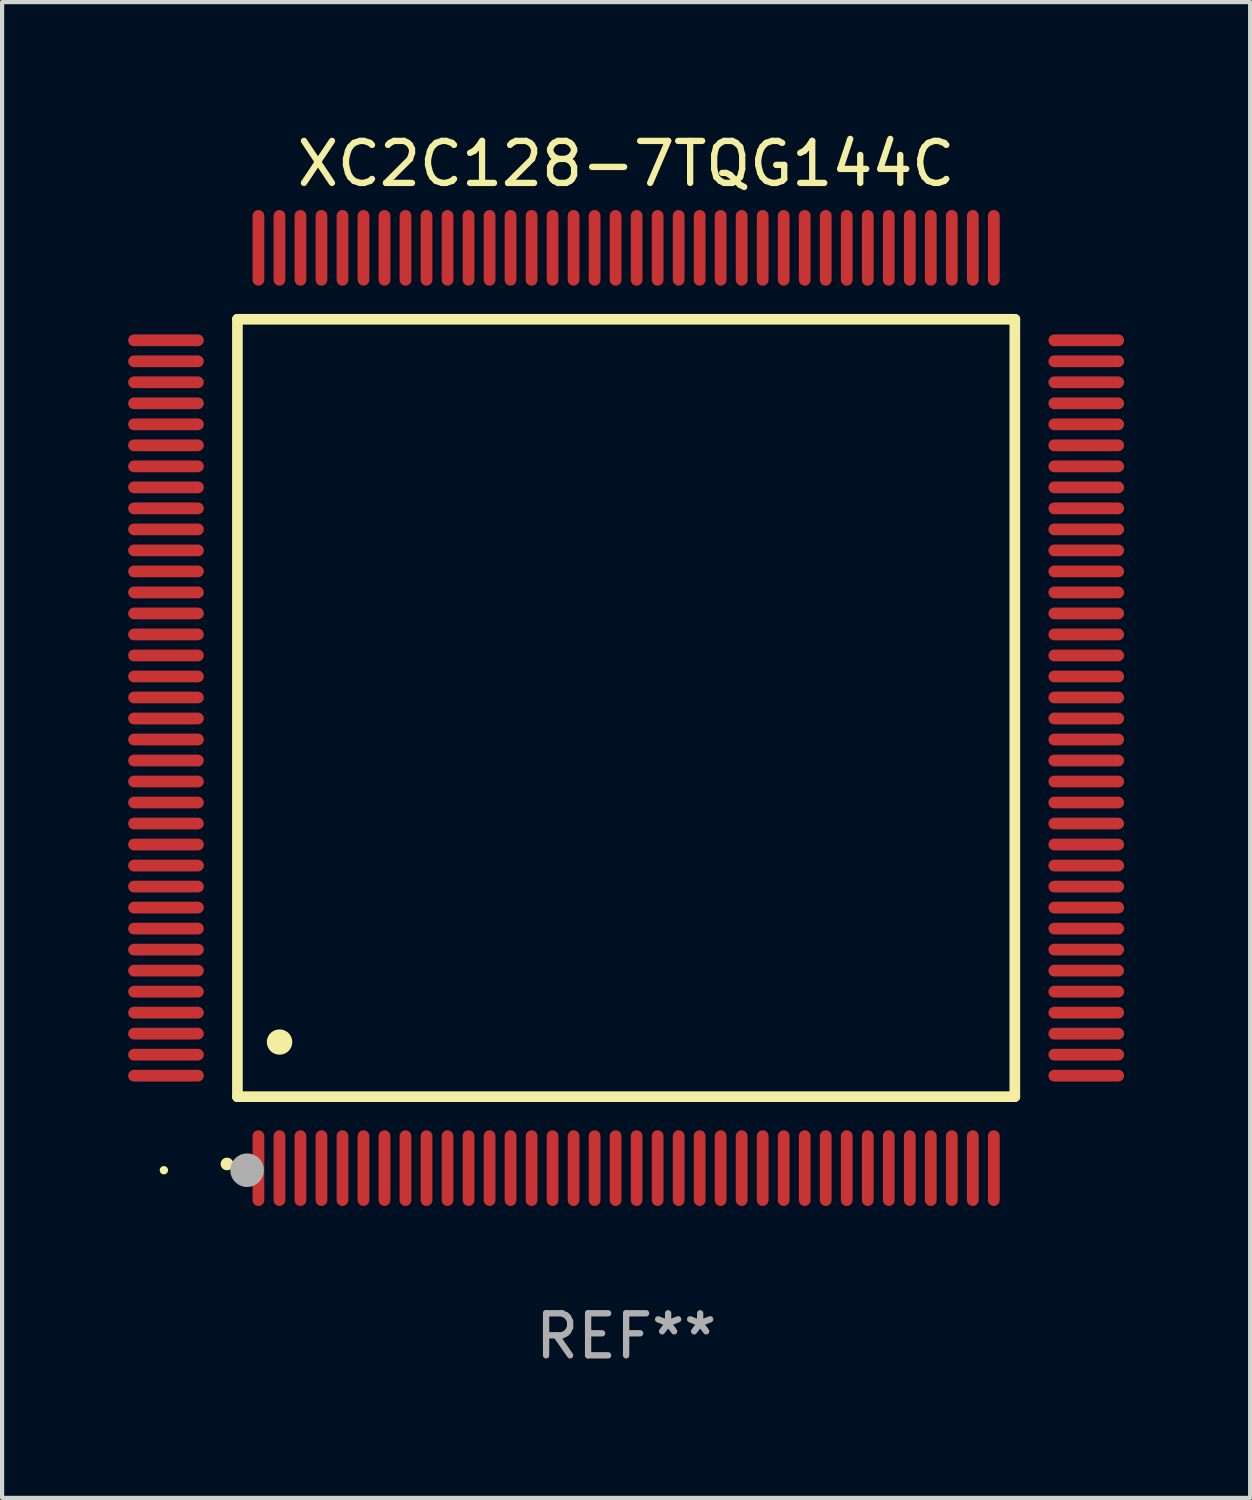
<source format=kicad_pcb>
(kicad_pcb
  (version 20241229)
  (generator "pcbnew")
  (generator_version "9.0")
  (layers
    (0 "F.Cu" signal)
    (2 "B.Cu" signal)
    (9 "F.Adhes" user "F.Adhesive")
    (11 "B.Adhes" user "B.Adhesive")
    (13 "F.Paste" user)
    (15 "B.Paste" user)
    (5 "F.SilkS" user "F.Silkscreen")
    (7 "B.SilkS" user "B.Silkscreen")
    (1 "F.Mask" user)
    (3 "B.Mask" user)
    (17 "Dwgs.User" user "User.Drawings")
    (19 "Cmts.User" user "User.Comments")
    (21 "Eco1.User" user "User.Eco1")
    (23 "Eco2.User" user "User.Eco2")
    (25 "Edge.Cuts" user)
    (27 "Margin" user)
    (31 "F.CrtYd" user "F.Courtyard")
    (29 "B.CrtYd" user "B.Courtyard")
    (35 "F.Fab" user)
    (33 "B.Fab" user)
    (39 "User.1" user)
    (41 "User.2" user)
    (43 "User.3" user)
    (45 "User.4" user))
  (footprint "XC2C128-7TQG144C"
    (layer "F.Cu")
    (at 11.85 13.798)
    (property "Reference" "XC2C128-7TQG144C" (at 0 -12.95 0) (layer "F.SilkS") (effects (font (size 1 1) (thickness 0.15))))
    (attr through_hole)
    (fp_line (start -9.25 -9.25) (end -9.25 9.25) (stroke (width 0.254) (type solid)) (layer "F.SilkS"))
    (fp_line (start -9.25 9.25) (end 9.25 9.25) (stroke (width 0.254) (type solid)) (layer "F.SilkS"))
    (fp_line (start 9.25 -9.25) (end -9.25 -9.25) (stroke (width 0.254) (type solid)) (layer "F.SilkS"))
    (fp_line (start 9.25 9.25) (end 9.25 -9.25) (stroke (width 0.254) (type solid)) (layer "F.SilkS"))
    (fp_arc (start -9.499619 10.850902) (mid -9.498349 10.850897) (end -9.497079 10.850902) (stroke (width 0.3) (type solid)) (layer "F.SilkS"))
    (fp_arc (start -8.249936 7.950216) (mid -8.247396 7.950205) (end -8.244856 7.950216) (stroke (width 0.6) (type solid)) (layer "F.SilkS"))
    (fp_circle (center -11 11) (end -10.95 11) (stroke (width 0.1) (type solid)) (fill no) (layer "F.SilkS"))
    (fp_circle (center -9.02 11) (end -8.82 11) (stroke (width 0.4) (type solid)) (fill no) (layer "F.Fab"))
    (fp_text user "REF**" (at 0 14.95 0) (layer "F.Fab") (effects (font (size 1 1) (thickness 0.15))))
    (pad "1" smd oval (at -8.75 10.95) (size 0.28 1.8) (layers "F.Cu" "F.Mask" "F.Paste"))
    (pad "2" smd oval (at -8.25 10.95) (size 0.28 1.8) (layers "F.Cu" "F.Mask" "F.Paste"))
    (pad "3" smd oval (at -7.75 10.95) (size 0.28 1.8) (layers "F.Cu" "F.Mask" "F.Paste"))
    (pad "4" smd oval (at -7.25 10.95) (size 0.28 1.8) (layers "F.Cu" "F.Mask" "F.Paste"))
    (pad "5" smd oval (at -6.75 10.95) (size 0.28 1.8) (layers "F.Cu" "F.Mask" "F.Paste"))
    (pad "6" smd oval (at -6.25 10.95) (size 0.28 1.8) (layers "F.Cu" "F.Mask" "F.Paste"))
    (pad "7" smd oval (at -5.75 10.95) (size 0.28 1.8) (layers "F.Cu" "F.Mask" "F.Paste"))
    (pad "8" smd oval (at -5.25 10.95) (size 0.28 1.8) (layers "F.Cu" "F.Mask" "F.Paste"))
    (pad "9" smd oval (at -4.75 10.95) (size 0.28 1.8) (layers "F.Cu" "F.Mask" "F.Paste"))
    (pad "10" smd oval (at -4.25 10.95) (size 0.28 1.8) (layers "F.Cu" "F.Mask" "F.Paste"))
    (pad "11" smd oval (at -3.75 10.95) (size 0.28 1.8) (layers "F.Cu" "F.Mask" "F.Paste"))
    (pad "12" smd oval (at -3.25 10.95) (size 0.28 1.8) (layers "F.Cu" "F.Mask" "F.Paste"))
    (pad "13" smd oval (at -2.75 10.95) (size 0.28 1.8) (layers "F.Cu" "F.Mask" "F.Paste"))
    (pad "14" smd oval (at -2.25 10.95) (size 0.28 1.8) (layers "F.Cu" "F.Mask" "F.Paste"))
    (pad "15" smd oval (at -1.75 10.95) (size 0.28 1.8) (layers "F.Cu" "F.Mask" "F.Paste"))
    (pad "16" smd oval (at -1.25 10.95) (size 0.28 1.8) (layers "F.Cu" "F.Mask" "F.Paste"))
    (pad "17" smd oval (at -0.75 10.95) (size 0.28 1.8) (layers "F.Cu" "F.Mask" "F.Paste"))
    (pad "18" smd oval (at -0.25 10.95) (size 0.28 1.8) (layers "F.Cu" "F.Mask" "F.Paste"))
    (pad "19" smd oval (at 0.25 10.95) (size 0.28 1.8) (layers "F.Cu" "F.Mask" "F.Paste"))
    (pad "20" smd oval (at 0.75 10.95) (size 0.28 1.8) (layers "F.Cu" "F.Mask" "F.Paste"))
    (pad "21" smd oval (at 1.25 10.95) (size 0.28 1.8) (layers "F.Cu" "F.Mask" "F.Paste"))
    (pad "22" smd oval (at 1.75 10.95) (size 0.28 1.8) (layers "F.Cu" "F.Mask" "F.Paste"))
    (pad "23" smd oval (at 2.25 10.95) (size 0.28 1.8) (layers "F.Cu" "F.Mask" "F.Paste"))
    (pad "24" smd oval (at 2.75 10.95) (size 0.28 1.8) (layers "F.Cu" "F.Mask" "F.Paste"))
    (pad "25" smd oval (at 3.25 10.95) (size 0.28 1.8) (layers "F.Cu" "F.Mask" "F.Paste"))
    (pad "26" smd oval (at 3.75 10.95) (size 0.28 1.8) (layers "F.Cu" "F.Mask" "F.Paste"))
    (pad "27" smd oval (at 4.25 10.95) (size 0.28 1.8) (layers "F.Cu" "F.Mask" "F.Paste"))
    (pad "28" smd oval (at 4.75 10.95) (size 0.28 1.8) (layers "F.Cu" "F.Mask" "F.Paste"))
    (pad "29" smd oval (at 5.25 10.95) (size 0.28 1.8) (layers "F.Cu" "F.Mask" "F.Paste"))
    (pad "30" smd oval (at 5.75 10.95) (size 0.28 1.8) (layers "F.Cu" "F.Mask" "F.Paste"))
    (pad "31" smd oval (at 6.25 10.95) (size 0.28 1.8) (layers "F.Cu" "F.Mask" "F.Paste"))
    (pad "32" smd oval (at 6.75 10.95) (size 0.28 1.8) (layers "F.Cu" "F.Mask" "F.Paste"))
    (pad "33" smd oval (at 7.25 10.95) (size 0.28 1.8) (layers "F.Cu" "F.Mask" "F.Paste"))
    (pad "34" smd oval (at 7.75 10.95) (size 0.28 1.8) (layers "F.Cu" "F.Mask" "F.Paste"))
    (pad "35" smd oval (at 8.25 10.95) (size 0.28 1.8) (layers "F.Cu" "F.Mask" "F.Paste"))
    (pad "36" smd oval (at 8.75 10.95) (size 0.28 1.8) (layers "F.Cu" "F.Mask" "F.Paste"))
    (pad "37" smd oval (at 10.95 8.75) (size 1.8 0.28) (layers "F.Cu" "F.Mask" "F.Paste"))
    (pad "38" smd oval (at 10.95 8.25) (size 1.8 0.28) (layers "F.Cu" "F.Mask" "F.Paste"))
    (pad "39" smd oval (at 10.95 7.75) (size 1.8 0.28) (layers "F.Cu" "F.Mask" "F.Paste"))
    (pad "40" smd oval (at 10.95 7.25) (size 1.8 0.28) (layers "F.Cu" "F.Mask" "F.Paste"))
    (pad "41" smd oval (at 10.95 6.75) (size 1.8 0.28) (layers "F.Cu" "F.Mask" "F.Paste"))
    (pad "42" smd oval (at 10.95 6.25) (size 1.8 0.28) (layers "F.Cu" "F.Mask" "F.Paste"))
    (pad "43" smd oval (at 10.95 5.75) (size 1.8 0.28) (layers "F.Cu" "F.Mask" "F.Paste"))
    (pad "44" smd oval (at 10.95 5.25) (size 1.8 0.28) (layers "F.Cu" "F.Mask" "F.Paste"))
    (pad "45" smd oval (at 10.95 4.75) (size 1.8 0.28) (layers "F.Cu" "F.Mask" "F.Paste"))
    (pad "46" smd oval (at 10.95 4.25) (size 1.8 0.28) (layers "F.Cu" "F.Mask" "F.Paste"))
    (pad "47" smd oval (at 10.95 3.75) (size 1.8 0.28) (layers "F.Cu" "F.Mask" "F.Paste"))
    (pad "48" smd oval (at 10.95 3.25) (size 1.8 0.28) (layers "F.Cu" "F.Mask" "F.Paste"))
    (pad "49" smd oval (at 10.95 2.75) (size 1.8 0.28) (layers "F.Cu" "F.Mask" "F.Paste"))
    (pad "50" smd oval (at 10.95 2.25) (size 1.8 0.28) (layers "F.Cu" "F.Mask" "F.Paste"))
    (pad "51" smd oval (at 10.95 1.75) (size 1.8 0.28) (layers "F.Cu" "F.Mask" "F.Paste"))
    (pad "52" smd oval (at 10.95 1.25) (size 1.8 0.28) (layers "F.Cu" "F.Mask" "F.Paste"))
    (pad "53" smd oval (at 10.95 0.75) (size 1.8 0.28) (layers "F.Cu" "F.Mask" "F.Paste"))
    (pad "54" smd oval (at 10.95 0.25) (size 1.8 0.28) (layers "F.Cu" "F.Mask" "F.Paste"))
    (pad "55" smd oval (at 10.95 -0.25) (size 1.8 0.28) (layers "F.Cu" "F.Mask" "F.Paste"))
    (pad "56" smd oval (at 10.95 -0.75) (size 1.8 0.28) (layers "F.Cu" "F.Mask" "F.Paste"))
    (pad "57" smd oval (at 10.95 -1.25) (size 1.8 0.28) (layers "F.Cu" "F.Mask" "F.Paste"))
    (pad "58" smd oval (at 10.95 -1.75) (size 1.8 0.28) (layers "F.Cu" "F.Mask" "F.Paste"))
    (pad "59" smd oval (at 10.95 -2.25) (size 1.8 0.28) (layers "F.Cu" "F.Mask" "F.Paste"))
    (pad "60" smd oval (at 10.95 -2.75) (size 1.8 0.28) (layers "F.Cu" "F.Mask" "F.Paste"))
    (pad "61" smd oval (at 10.95 -3.25) (size 1.8 0.28) (layers "F.Cu" "F.Mask" "F.Paste"))
    (pad "62" smd oval (at 10.95 -3.75) (size 1.8 0.28) (layers "F.Cu" "F.Mask" "F.Paste"))
    (pad "63" smd oval (at 10.95 -4.25) (size 1.8 0.28) (layers "F.Cu" "F.Mask" "F.Paste"))
    (pad "64" smd oval (at 10.95 -4.75) (size 1.8 0.28) (layers "F.Cu" "F.Mask" "F.Paste"))
    (pad "65" smd oval (at 10.95 -5.25) (size 1.8 0.28) (layers "F.Cu" "F.Mask" "F.Paste"))
    (pad "66" smd oval (at 10.95 -5.75) (size 1.8 0.28) (layers "F.Cu" "F.Mask" "F.Paste"))
    (pad "67" smd oval (at 10.95 -6.25) (size 1.8 0.28) (layers "F.Cu" "F.Mask" "F.Paste"))
    (pad "68" smd oval (at 10.95 -6.75) (size 1.8 0.28) (layers "F.Cu" "F.Mask" "F.Paste"))
    (pad "69" smd oval (at 10.95 -7.25) (size 1.8 0.28) (layers "F.Cu" "F.Mask" "F.Paste"))
    (pad "70" smd oval (at 10.95 -7.75) (size 1.8 0.28) (layers "F.Cu" "F.Mask" "F.Paste"))
    (pad "71" smd oval (at 10.95 -8.25) (size 1.8 0.28) (layers "F.Cu" "F.Mask" "F.Paste"))
    (pad "72" smd oval (at 10.95 -8.75) (size 1.8 0.28) (layers "F.Cu" "F.Mask" "F.Paste"))
    (pad "73" smd oval (at 8.75 -10.95) (size 0.28 1.8) (layers "F.Cu" "F.Mask" "F.Paste"))
    (pad "74" smd oval (at 8.25 -10.95) (size 0.28 1.8) (layers "F.Cu" "F.Mask" "F.Paste"))
    (pad "75" smd oval (at 7.75 -10.95) (size 0.28 1.8) (layers "F.Cu" "F.Mask" "F.Paste"))
    (pad "76" smd oval (at 7.25 -10.95) (size 0.28 1.8) (layers "F.Cu" "F.Mask" "F.Paste"))
    (pad "77" smd oval (at 6.75 -10.95) (size 0.28 1.8) (layers "F.Cu" "F.Mask" "F.Paste"))
    (pad "78" smd oval (at 6.25 -10.95) (size 0.28 1.8) (layers "F.Cu" "F.Mask" "F.Paste"))
    (pad "79" smd oval (at 5.75 -10.95) (size 0.28 1.8) (layers "F.Cu" "F.Mask" "F.Paste"))
    (pad "80" smd oval (at 5.25 -10.95) (size 0.28 1.8) (layers "F.Cu" "F.Mask" "F.Paste"))
    (pad "81" smd oval (at 4.75 -10.95) (size 0.28 1.8) (layers "F.Cu" "F.Mask" "F.Paste"))
    (pad "82" smd oval (at 4.25 -10.95) (size 0.28 1.8) (layers "F.Cu" "F.Mask" "F.Paste"))
    (pad "83" smd oval (at 3.75 -10.95) (size 0.28 1.8) (layers "F.Cu" "F.Mask" "F.Paste"))
    (pad "84" smd oval (at 3.25 -10.95) (size 0.28 1.8) (layers "F.Cu" "F.Mask" "F.Paste"))
    (pad "85" smd oval (at 2.75 -10.95) (size 0.28 1.8) (layers "F.Cu" "F.Mask" "F.Paste"))
    (pad "86" smd oval (at 2.25 -10.95) (size 0.28 1.8) (layers "F.Cu" "F.Mask" "F.Paste"))
    (pad "87" smd oval (at 1.75 -10.95) (size 0.28 1.8) (layers "F.Cu" "F.Mask" "F.Paste"))
    (pad "88" smd oval (at 1.25 -10.95) (size 0.28 1.8) (layers "F.Cu" "F.Mask" "F.Paste"))
    (pad "89" smd oval (at 0.75 -10.95) (size 0.28 1.8) (layers "F.Cu" "F.Mask" "F.Paste"))
    (pad "90" smd oval (at 0.25 -10.95) (size 0.28 1.8) (layers "F.Cu" "F.Mask" "F.Paste"))
    (pad "91" smd oval (at -0.25 -10.95) (size 0.28 1.8) (layers "F.Cu" "F.Mask" "F.Paste"))
    (pad "92" smd oval (at -0.75 -10.95) (size 0.28 1.8) (layers "F.Cu" "F.Mask" "F.Paste"))
    (pad "93" smd oval (at -1.25 -10.95) (size 0.28 1.8) (layers "F.Cu" "F.Mask" "F.Paste"))
    (pad "94" smd oval (at -1.75 -10.95) (size 0.28 1.8) (layers "F.Cu" "F.Mask" "F.Paste"))
    (pad "95" smd oval (at -2.25 -10.95) (size 0.28 1.8) (layers "F.Cu" "F.Mask" "F.Paste"))
    (pad "96" smd oval (at -2.75 -10.95) (size 0.28 1.8) (layers "F.Cu" "F.Mask" "F.Paste"))
    (pad "97" smd oval (at -3.25 -10.95) (size 0.28 1.8) (layers "F.Cu" "F.Mask" "F.Paste"))
    (pad "98" smd oval (at -3.75 -10.95) (size 0.28 1.8) (layers "F.Cu" "F.Mask" "F.Paste"))
    (pad "99" smd oval (at -4.25 -10.95) (size 0.28 1.8) (layers "F.Cu" "F.Mask" "F.Paste"))
    (pad "100" smd oval (at -4.75 -10.95) (size 0.28 1.8) (layers "F.Cu" "F.Mask" "F.Paste"))
    (pad "101" smd oval (at -5.25 -10.95) (size 0.28 1.8) (layers "F.Cu" "F.Mask" "F.Paste"))
    (pad "102" smd oval (at -5.75 -10.95) (size 0.28 1.8) (layers "F.Cu" "F.Mask" "F.Paste"))
    (pad "103" smd oval (at -6.25 -10.95) (size 0.28 1.8) (layers "F.Cu" "F.Mask" "F.Paste"))
    (pad "104" smd oval (at -6.75 -10.95) (size 0.28 1.8) (layers "F.Cu" "F.Mask" "F.Paste"))
    (pad "105" smd oval (at -7.25 -10.95) (size 0.28 1.8) (layers "F.Cu" "F.Mask" "F.Paste"))
    (pad "106" smd oval (at -7.75 -10.95) (size 0.28 1.8) (layers "F.Cu" "F.Mask" "F.Paste"))
    (pad "107" smd oval (at -8.25 -10.95) (size 0.28 1.8) (layers "F.Cu" "F.Mask" "F.Paste"))
    (pad "108" smd oval (at -8.75 -10.95) (size 0.28 1.8) (layers "F.Cu" "F.Mask" "F.Paste"))
    (pad "109" smd oval (at -10.95 -8.75) (size 1.8 0.28) (layers "F.Cu" "F.Mask" "F.Paste"))
    (pad "110" smd oval (at -10.95 -8.25) (size 1.8 0.28) (layers "F.Cu" "F.Mask" "F.Paste"))
    (pad "111" smd oval (at -10.95 -7.75) (size 1.8 0.28) (layers "F.Cu" "F.Mask" "F.Paste"))
    (pad "112" smd oval (at -10.95 -7.25) (size 1.8 0.28) (layers "F.Cu" "F.Mask" "F.Paste"))
    (pad "113" smd oval (at -10.95 -6.75) (size 1.8 0.28) (layers "F.Cu" "F.Mask" "F.Paste"))
    (pad "114" smd oval (at -10.95 -6.25) (size 1.8 0.28) (layers "F.Cu" "F.Mask" "F.Paste"))
    (pad "115" smd oval (at -10.95 -5.75) (size 1.8 0.28) (layers "F.Cu" "F.Mask" "F.Paste"))
    (pad "116" smd oval (at -10.95 -5.25) (size 1.8 0.28) (layers "F.Cu" "F.Mask" "F.Paste"))
    (pad "117" smd oval (at -10.95 -4.75) (size 1.8 0.28) (layers "F.Cu" "F.Mask" "F.Paste"))
    (pad "118" smd oval (at -10.95 -4.25) (size 1.8 0.28) (layers "F.Cu" "F.Mask" "F.Paste"))
    (pad "119" smd oval (at -10.95 -3.75) (size 1.8 0.28) (layers "F.Cu" "F.Mask" "F.Paste"))
    (pad "120" smd oval (at -10.95 -3.25) (size 1.8 0.28) (layers "F.Cu" "F.Mask" "F.Paste"))
    (pad "121" smd oval (at -10.95 -2.75) (size 1.8 0.28) (layers "F.Cu" "F.Mask" "F.Paste"))
    (pad "122" smd oval (at -10.95 -2.25) (size 1.8 0.28) (layers "F.Cu" "F.Mask" "F.Paste"))
    (pad "123" smd oval (at -10.95 -1.75) (size 1.8 0.28) (layers "F.Cu" "F.Mask" "F.Paste"))
    (pad "124" smd oval (at -10.95 -1.25) (size 1.8 0.28) (layers "F.Cu" "F.Mask" "F.Paste"))
    (pad "125" smd oval (at -10.95 -0.75) (size 1.8 0.28) (layers "F.Cu" "F.Mask" "F.Paste"))
    (pad "126" smd oval (at -10.95 -0.25) (size 1.8 0.28) (layers "F.Cu" "F.Mask" "F.Paste"))
    (pad "127" smd oval (at -10.95 0.25) (size 1.8 0.28) (layers "F.Cu" "F.Mask" "F.Paste"))
    (pad "128" smd oval (at -10.95 0.75) (size 1.8 0.28) (layers "F.Cu" "F.Mask" "F.Paste"))
    (pad "129" smd oval (at -10.95 1.25) (size 1.8 0.28) (layers "F.Cu" "F.Mask" "F.Paste"))
    (pad "130" smd oval (at -10.95 1.75) (size 1.8 0.28) (layers "F.Cu" "F.Mask" "F.Paste"))
    (pad "131" smd oval (at -10.95 2.25) (size 1.8 0.28) (layers "F.Cu" "F.Mask" "F.Paste"))
    (pad "132" smd oval (at -10.95 2.75) (size 1.8 0.28) (layers "F.Cu" "F.Mask" "F.Paste"))
    (pad "133" smd oval (at -10.95 3.25) (size 1.8 0.28) (layers "F.Cu" "F.Mask" "F.Paste"))
    (pad "134" smd oval (at -10.95 3.75) (size 1.8 0.28) (layers "F.Cu" "F.Mask" "F.Paste"))
    (pad "135" smd oval (at -10.95 4.25) (size 1.8 0.28) (layers "F.Cu" "F.Mask" "F.Paste"))
    (pad "136" smd oval (at -10.95 4.75) (size 1.8 0.28) (layers "F.Cu" "F.Mask" "F.Paste"))
    (pad "137" smd oval (at -10.95 5.25) (size 1.8 0.28) (layers "F.Cu" "F.Mask" "F.Paste"))
    (pad "138" smd oval (at -10.95 5.75) (size 1.8 0.28) (layers "F.Cu" "F.Mask" "F.Paste"))
    (pad "139" smd oval (at -10.95 6.25) (size 1.8 0.28) (layers "F.Cu" "F.Mask" "F.Paste"))
    (pad "140" smd oval (at -10.95 6.75) (size 1.8 0.28) (layers "F.Cu" "F.Mask" "F.Paste"))
    (pad "141" smd oval (at -10.95 7.25) (size 1.8 0.28) (layers "F.Cu" "F.Mask" "F.Paste"))
    (pad "142" smd oval (at -10.95 7.75) (size 1.8 0.28) (layers "F.Cu" "F.Mask" "F.Paste"))
    (pad "143" smd oval (at -10.95 8.25) (size 1.8 0.28) (layers "F.Cu" "F.Mask" "F.Paste"))
    (pad "144" smd oval (at -10.95 8.75) (size 1.8 0.28) (layers "F.Cu" "F.Mask" "F.Paste")))
  (gr_rect
    (start -3 -3)
    (end 26.7 32.596)
    (stroke (width 0.1) (type default))
    (fill no)
    (layer "Edge.Cuts")))
</source>
